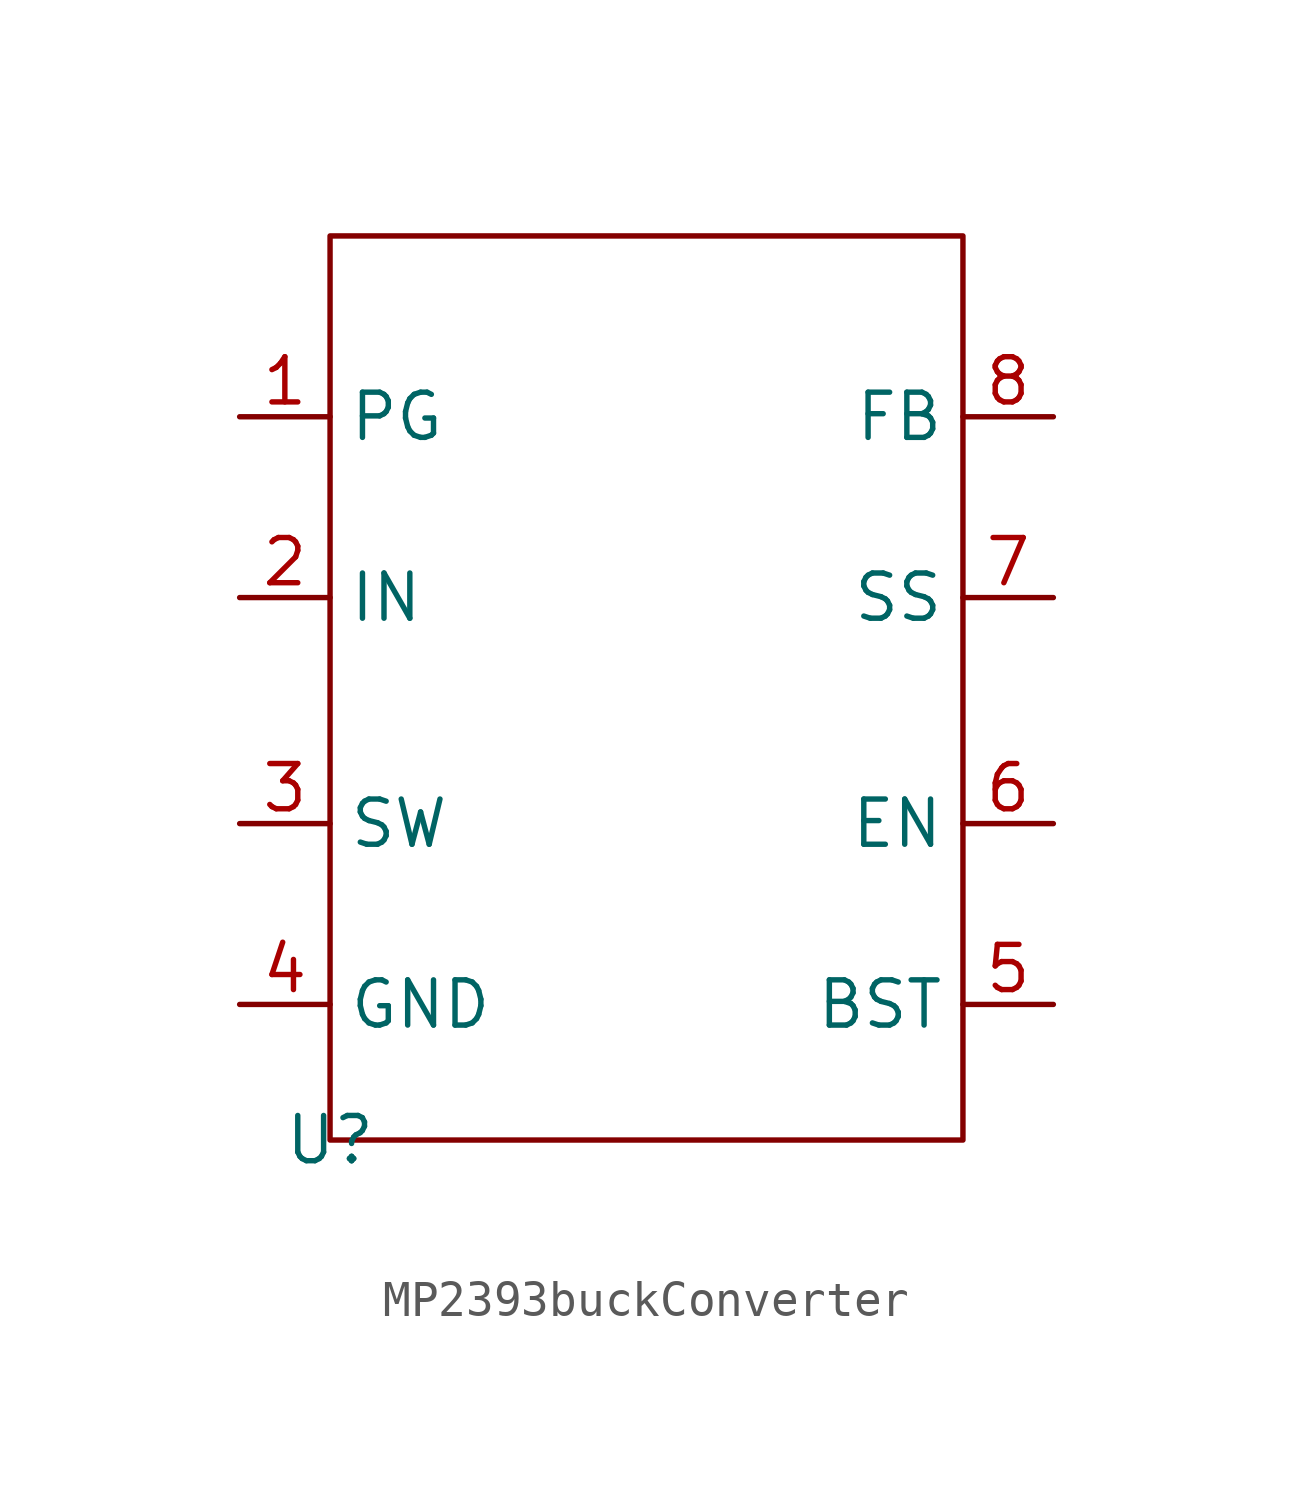
<source format=kicad_sym>
(kicad_symbol_lib
  (version 20241209)
  (generator "kicad_symbol_editor")
  (generator_version "9.0")
  (symbol "MP2393buckConverter"
    (property "Reference" "U"
      (at 0 0 0)
      (effects (font (size 1.27 1.27))))
    (property "Value" ""
      (at 0 0 0)
      (effects (font (size 1.27 1.27))))
    (symbol "MP2393buckConverter_0_1"
      (rectangle (start 0 25.4) (end 17.78 0) (stroke (width 0) (type default)) (fill (type none))))
    (symbol "MP2393buckConverter_1_1"
      (pin input line (at -2.54 20.32 0) (length 2.54) (name "PG" (effects (font (size 1.27 1.27)))) (number "1" (effects (font (size 1.27 1.27)))))
      (pin input line (at -2.54 15.24 0) (length 2.54) (name "IN" (effects (font (size 1.27 1.27)))) (number "2" (effects (font (size 1.27 1.27)))))
      (pin input line (at -2.54 8.89 0) (length 2.54) (name "SW" (effects (font (size 1.27 1.27)))) (number "3" (effects (font (size 1.27 1.27)))))
      (pin input line (at -2.54 3.81 0) (length 2.54) (name "GND" (effects (font (size 1.27 1.27)))) (number "4" (effects (font (size 1.27 1.27)))))
      (pin input line (at 20.32 20.32 180) (length 2.54) (name "FB" (effects (font (size 1.27 1.27)))) (number "8" (effects (font (size 1.27 1.27)))))
      (pin input line (at 20.32 15.24 180) (length 2.54) (name "SS" (effects (font (size 1.27 1.27)))) (number "7" (effects (font (size 1.27 1.27)))))
      (pin input line (at 20.32 8.89 180) (length 2.54) (name "EN" (effects (font (size 1.27 1.27)))) (number "6" (effects (font (size 1.27 1.27)))))
      (pin input line (at 20.32 3.81 180) (length 2.54) (name "BST" (effects (font (size 1.27 1.27)))) (number "5" (effects (font (size 1.27 1.27))))))))
</source>
